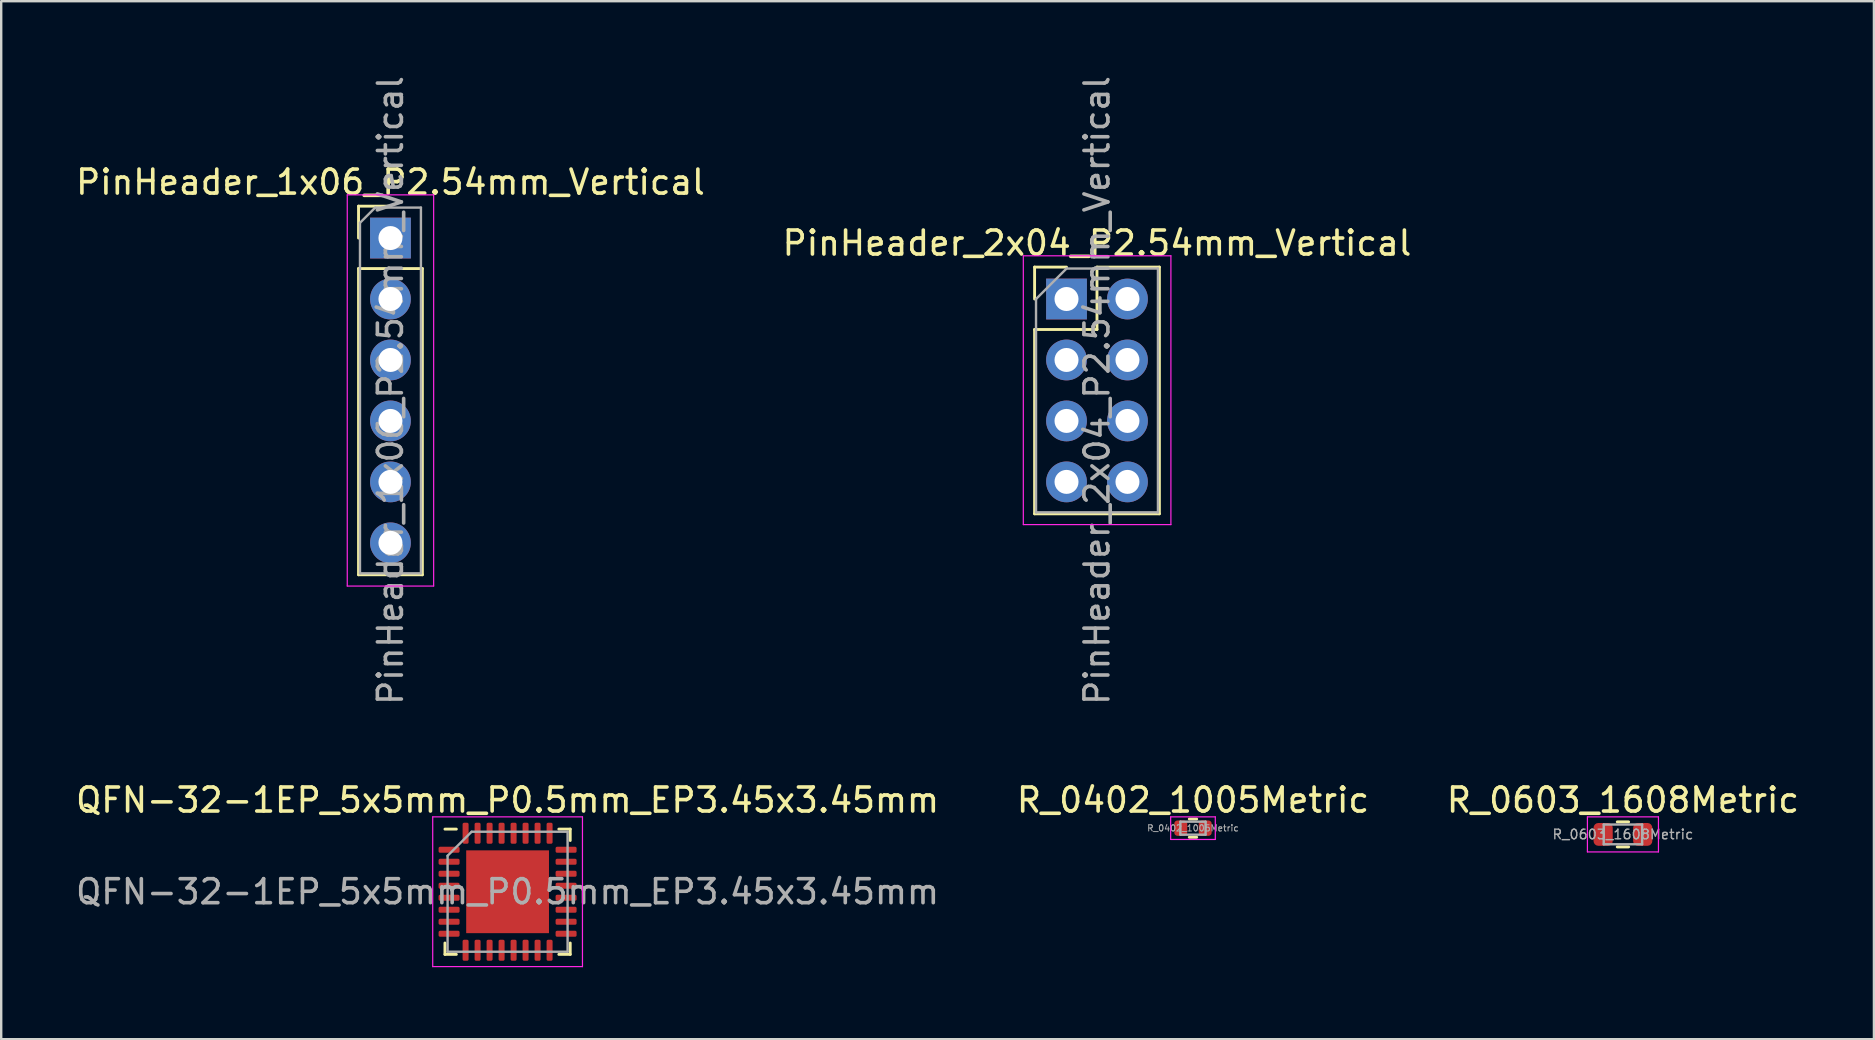
<source format=kicad_pcb>
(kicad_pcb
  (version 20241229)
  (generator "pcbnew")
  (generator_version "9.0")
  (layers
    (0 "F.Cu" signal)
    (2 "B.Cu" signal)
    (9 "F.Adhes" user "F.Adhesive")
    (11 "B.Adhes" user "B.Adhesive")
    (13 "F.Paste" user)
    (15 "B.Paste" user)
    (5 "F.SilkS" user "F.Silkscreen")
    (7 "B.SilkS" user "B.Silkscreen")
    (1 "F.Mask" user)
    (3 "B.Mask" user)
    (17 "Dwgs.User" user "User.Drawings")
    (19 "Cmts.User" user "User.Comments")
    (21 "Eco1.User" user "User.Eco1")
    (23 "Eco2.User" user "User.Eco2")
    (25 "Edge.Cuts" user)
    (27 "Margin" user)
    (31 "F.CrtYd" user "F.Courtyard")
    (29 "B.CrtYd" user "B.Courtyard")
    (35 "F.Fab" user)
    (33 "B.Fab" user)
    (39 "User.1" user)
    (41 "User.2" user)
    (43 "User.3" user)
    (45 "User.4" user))
  (footprint "PinHeader_1x06_P2.54mm_Vertical"
    (layer "F.Cu")
    (at 13.22 6.87)
    (property "Reference" "PinHeader_1x06_P2.54mm_Vertical" (at 0 -2.33 0) (layer "F.SilkS") (effects (font (size 1 1) (thickness 0.15))))
    (attr through_hole)
    (fp_line (start -1.33 -1.33) (end 0 -1.33) (stroke (width 0.12) (type solid)) (layer "F.SilkS"))
    (fp_line (start -1.33 0) (end -1.33 -1.33) (stroke (width 0.12) (type solid)) (layer "F.SilkS"))
    (fp_line (start -1.33 1.27) (end -1.33 14.03) (stroke (width 0.12) (type solid)) (layer "F.SilkS"))
    (fp_line (start -1.33 1.27) (end 1.33 1.27) (stroke (width 0.12) (type solid)) (layer "F.SilkS"))
    (fp_line (start -1.33 14.03) (end 1.33 14.03) (stroke (width 0.12) (type solid)) (layer "F.SilkS"))
    (fp_line (start 1.33 1.27) (end 1.33 14.03) (stroke (width 0.12) (type solid)) (layer "F.SilkS"))
    (fp_line (start -1.8 -1.8) (end -1.8 14.5) (stroke (width 0.05) (type solid)) (layer "F.CrtYd"))
    (fp_line (start -1.8 14.5) (end 1.8 14.5) (stroke (width 0.05) (type solid)) (layer "F.CrtYd"))
    (fp_line (start 1.8 -1.8) (end -1.8 -1.8) (stroke (width 0.05) (type solid)) (layer "F.CrtYd"))
    (fp_line (start 1.8 14.5) (end 1.8 -1.8) (stroke (width 0.05) (type solid)) (layer "F.CrtYd"))
    (fp_line (start -1.27 -0.635) (end -0.635 -1.27) (stroke (width 0.1) (type solid)) (layer "F.Fab"))
    (fp_line (start -1.27 13.97) (end -1.27 -0.635) (stroke (width 0.1) (type solid)) (layer "F.Fab"))
    (fp_line (start -0.635 -1.27) (end 1.27 -1.27) (stroke (width 0.1) (type solid)) (layer "F.Fab"))
    (fp_line (start 1.27 -1.27) (end 1.27 13.97) (stroke (width 0.1) (type solid)) (layer "F.Fab"))
    (fp_line (start 1.27 13.97) (end -1.27 13.97) (stroke (width 0.1) (type solid)) (layer "F.Fab"))
    (fp_text user "${REFERENCE}" (at 0 6.35 270) (layer "F.Fab") (effects (font (size 1 1) (thickness 0.15))))
    (pad "1" thru_hole rect (at 0 0) (size 1.7 1.7) (drill 1) (layers "*.Cu" "*.Mask"))
    (pad "2" thru_hole oval (at 0 2.54) (size 1.7 1.7) (drill 1) (layers "*.Cu" "*.Mask"))
    (pad "3" thru_hole oval (at 0 5.08) (size 1.7 1.7) (drill 1) (layers "*.Cu" "*.Mask"))
    (pad "4" thru_hole oval (at 0 7.62) (size 1.7 1.7) (drill 1) (layers "*.Cu" "*.Mask"))
    (pad "5" thru_hole oval (at 0 10.16) (size 1.7 1.7) (drill 1) (layers "*.Cu" "*.Mask"))
    (pad "6" thru_hole oval (at 0 12.7) (size 1.7 1.7) (drill 1) (layers "*.Cu" "*.Mask")))
  (footprint "R_0402_1005Metric"
    (layer "F.Cu")
    (at 46.661 31.459)
    (property "Reference" "R_0402_1005Metric" (at 0 -1.17 0) (layer "F.SilkS") (effects (font (size 1 1) (thickness 0.15))))
    (attr smd)
    (fp_line (start -0.154 -0.38) (end 0.154 -0.38) (stroke (width 0.12) (type solid)) (layer "F.SilkS"))
    (fp_line (start -0.154 0.38) (end 0.154 0.38) (stroke (width 0.12) (type solid)) (layer "F.SilkS"))
    (fp_line (start -0.93 -0.47) (end 0.93 -0.47) (stroke (width 0.05) (type solid)) (layer "F.CrtYd"))
    (fp_line (start -0.93 0.47) (end -0.93 -0.47) (stroke (width 0.05) (type solid)) (layer "F.CrtYd"))
    (fp_line (start 0.93 -0.47) (end 0.93 0.47) (stroke (width 0.05) (type solid)) (layer "F.CrtYd"))
    (fp_line (start 0.93 0.47) (end -0.93 0.47) (stroke (width 0.05) (type solid)) (layer "F.CrtYd"))
    (fp_line (start -0.525 -0.27) (end 0.525 -0.27) (stroke (width 0.1) (type solid)) (layer "F.Fab"))
    (fp_line (start -0.525 0.27) (end -0.525 -0.27) (stroke (width 0.1) (type solid)) (layer "F.Fab"))
    (fp_line (start 0.525 -0.27) (end 0.525 0.27) (stroke (width 0.1) (type solid)) (layer "F.Fab"))
    (fp_line (start 0.525 0.27) (end -0.525 0.27) (stroke (width 0.1) (type solid)) (layer "F.Fab"))
    (fp_text user "${REFERENCE}" (at 0 0 0) (layer "F.Fab") (effects (font (size 0.26 0.26) (thickness 0.04))))
    (pad "1" smd roundrect (at -0.51 0) (size 0.54 0.64) (layers "F.Cu" "F.Mask" "F.Paste") (roundrect_rratio 0.25))
    (pad "2" smd roundrect (at 0.51 0) (size 0.54 0.64) (layers "F.Cu" "F.Mask" "F.Paste") (roundrect_rratio 0.25)))
  (footprint "PinHeader_2x04_P2.54mm_Vertical"
    (layer "F.Cu")
    (at 41.391 9.41)
    (property "Reference" "PinHeader_2x04_P2.54mm_Vertical" (at 1.27 -2.33 180) (layer "F.SilkS") (effects (font (size 1 1) (thickness 0.15))))
    (attr through_hole)
    (fp_line (start -1.33 -1.33) (end 0 -1.33) (stroke (width 0.12) (type solid)) (layer "F.SilkS"))
    (fp_line (start -1.33 0) (end -1.33 -1.33) (stroke (width 0.12) (type solid)) (layer "F.SilkS"))
    (fp_line (start -1.33 1.27) (end -1.33 8.95) (stroke (width 0.12) (type solid)) (layer "F.SilkS"))
    (fp_line (start -1.33 1.27) (end 1.27 1.27) (stroke (width 0.12) (type solid)) (layer "F.SilkS"))
    (fp_line (start -1.33 8.95) (end 3.87 8.95) (stroke (width 0.12) (type solid)) (layer "F.SilkS"))
    (fp_line (start 1.27 -1.33) (end 3.87 -1.33) (stroke (width 0.12) (type solid)) (layer "F.SilkS"))
    (fp_line (start 1.27 1.27) (end 1.27 -1.33) (stroke (width 0.12) (type solid)) (layer "F.SilkS"))
    (fp_line (start 3.87 -1.33) (end 3.87 8.95) (stroke (width 0.12) (type solid)) (layer "F.SilkS"))
    (fp_line (start -1.8 -1.8) (end -1.8 9.4) (stroke (width 0.05) (type solid)) (layer "F.CrtYd"))
    (fp_line (start -1.8 9.4) (end 4.35 9.4) (stroke (width 0.05) (type solid)) (layer "F.CrtYd"))
    (fp_line (start 4.35 -1.8) (end -1.8 -1.8) (stroke (width 0.05) (type solid)) (layer "F.CrtYd"))
    (fp_line (start 4.35 9.4) (end 4.35 -1.8) (stroke (width 0.05) (type solid)) (layer "F.CrtYd"))
    (fp_line (start -1.27 0) (end 0 -1.27) (stroke (width 0.1) (type solid)) (layer "F.Fab"))
    (fp_line (start -1.27 8.89) (end -1.27 0) (stroke (width 0.1) (type solid)) (layer "F.Fab"))
    (fp_line (start 0 -1.27) (end 3.81 -1.27) (stroke (width 0.1) (type solid)) (layer "F.Fab"))
    (fp_line (start 3.81 -1.27) (end 3.81 8.89) (stroke (width 0.1) (type solid)) (layer "F.Fab"))
    (fp_line (start 3.81 8.89) (end -1.27 8.89) (stroke (width 0.1) (type solid)) (layer "F.Fab"))
    (fp_text user "${REFERENCE}" (at 1.27 3.81 90) (layer "F.Fab") (effects (font (size 1 1) (thickness 0.15))))
    (pad "1" thru_hole rect (at 0 0) (size 1.7 1.7) (drill 1) (layers "*.Cu" "*.Mask"))
    (pad "2" thru_hole oval (at 2.54 0) (size 1.7 1.7) (drill 1) (layers "*.Cu" "*.Mask"))
    (pad "3" thru_hole oval (at 0 2.54) (size 1.7 1.7) (drill 1) (layers "*.Cu" "*.Mask"))
    (pad "4" thru_hole oval (at 2.54 2.54) (size 1.7 1.7) (drill 1) (layers "*.Cu" "*.Mask"))
    (pad "5" thru_hole oval (at 0 5.08) (size 1.7 1.7) (drill 1) (layers "*.Cu" "*.Mask"))
    (pad "6" thru_hole oval (at 2.54 5.08) (size 1.7 1.7) (drill 1) (layers "*.Cu" "*.Mask"))
    (pad "7" thru_hole oval (at 0 7.62) (size 1.7 1.7) (drill 1) (layers "*.Cu" "*.Mask"))
    (pad "8" thru_hole oval (at 2.54 7.62) (size 1.7 1.7) (drill 1) (layers "*.Cu" "*.Mask")))
  (footprint "R_0603_1608Metric"
    (layer "F.Cu")
    (at 64.577 31.719)
    (property "Reference" "R_0603_1608Metric" (at 0 -1.43 0) (layer "F.SilkS") (effects (font (size 1 1) (thickness 0.15))))
    (attr smd)
    (fp_line (start -0.237 -0.522) (end 0.237 -0.522) (stroke (width 0.12) (type solid)) (layer "F.SilkS"))
    (fp_line (start -0.237 0.522) (end 0.237 0.522) (stroke (width 0.12) (type solid)) (layer "F.SilkS"))
    (fp_line (start -1.48 -0.73) (end 1.48 -0.73) (stroke (width 0.05) (type solid)) (layer "F.CrtYd"))
    (fp_line (start -1.48 0.73) (end -1.48 -0.73) (stroke (width 0.05) (type solid)) (layer "F.CrtYd"))
    (fp_line (start 1.48 -0.73) (end 1.48 0.73) (stroke (width 0.05) (type solid)) (layer "F.CrtYd"))
    (fp_line (start 1.48 0.73) (end -1.48 0.73) (stroke (width 0.05) (type solid)) (layer "F.CrtYd"))
    (fp_line (start -0.8 -0.412) (end 0.8 -0.412) (stroke (width 0.1) (type solid)) (layer "F.Fab"))
    (fp_line (start -0.8 0.412) (end -0.8 -0.412) (stroke (width 0.1) (type solid)) (layer "F.Fab"))
    (fp_line (start 0.8 -0.412) (end 0.8 0.412) (stroke (width 0.1) (type solid)) (layer "F.Fab"))
    (fp_line (start 0.8 0.412) (end -0.8 0.412) (stroke (width 0.1) (type solid)) (layer "F.Fab"))
    (fp_text user "${REFERENCE}" (at 0 0 0) (layer "F.Fab") (effects (font (size 0.4 0.4) (thickness 0.06))))
    (pad "1" smd roundrect (at -0.825 0) (size 0.8 0.95) (layers "F.Cu" "F.Mask" "F.Paste") (roundrect_rratio 0.25))
    (pad "2" smd roundrect (at 0.825 0) (size 0.8 0.95) (layers "F.Cu" "F.Mask" "F.Paste") (roundrect_rratio 0.25)))
  (footprint "QFN-32-1EP_5x5mm_P0.5mm_EP3.45x3.45mm"
    (layer "F.Cu")
    (at 18.101 34.109)
    (property "Reference" "QFN-32-1EP_5x5mm_P0.5mm_EP3.45x3.45mm" (at 0 -3.82 0) (layer "F.SilkS") (effects (font (size 1 1) (thickness 0.15))))
    (attr smd)
    (fp_line (start -2.61 2.61) (end -2.61 2.135) (stroke (width 0.12) (type solid)) (layer "F.SilkS"))
    (fp_line (start -2.135 -2.61) (end -2.61 -2.61) (stroke (width 0.12) (type solid)) (layer "F.SilkS"))
    (fp_line (start -2.135 2.61) (end -2.61 2.61) (stroke (width 0.12) (type solid)) (layer "F.SilkS"))
    (fp_line (start 2.135 -2.61) (end 2.61 -2.61) (stroke (width 0.12) (type solid)) (layer "F.SilkS"))
    (fp_line (start 2.135 2.61) (end 2.61 2.61) (stroke (width 0.12) (type solid)) (layer "F.SilkS"))
    (fp_line (start 2.61 -2.61) (end 2.61 -2.135) (stroke (width 0.12) (type solid)) (layer "F.SilkS"))
    (fp_line (start 2.61 2.61) (end 2.61 2.135) (stroke (width 0.12) (type solid)) (layer "F.SilkS"))
    (fp_line (start -3.12 -3.12) (end -3.12 3.12) (stroke (width 0.05) (type solid)) (layer "F.CrtYd"))
    (fp_line (start -3.12 3.12) (end 3.12 3.12) (stroke (width 0.05) (type solid)) (layer "F.CrtYd"))
    (fp_line (start 3.12 -3.12) (end -3.12 -3.12) (stroke (width 0.05) (type solid)) (layer "F.CrtYd"))
    (fp_line (start 3.12 3.12) (end 3.12 -3.12) (stroke (width 0.05) (type solid)) (layer "F.CrtYd"))
    (fp_line (start -2.5 -1.5) (end -1.5 -2.5) (stroke (width 0.1) (type solid)) (layer "F.Fab"))
    (fp_line (start -2.5 2.5) (end -2.5 -1.5) (stroke (width 0.1) (type solid)) (layer "F.Fab"))
    (fp_line (start -1.5 -2.5) (end 2.5 -2.5) (stroke (width 0.1) (type solid)) (layer "F.Fab"))
    (fp_line (start 2.5 -2.5) (end 2.5 2.5) (stroke (width 0.1) (type solid)) (layer "F.Fab"))
    (fp_line (start 2.5 2.5) (end -2.5 2.5) (stroke (width 0.1) (type solid)) (layer "F.Fab"))
    (fp_text user "${REFERENCE}" (at 0 0 0) (layer "F.Fab") (effects (font (size 1 1) (thickness 0.15))))
    (pad "" smd roundrect (at -1.15 -1.15) (size 0.93 0.93) (layers "F.Paste") (roundrect_rratio 0.25))
    (pad "" smd roundrect (at -1.15 0) (size 0.93 0.93) (layers "F.Paste") (roundrect_rratio 0.25))
    (pad "" smd roundrect (at -1.15 1.15) (size 0.93 0.93) (layers "F.Paste") (roundrect_rratio 0.25))
    (pad "" smd roundrect (at 0 -1.15) (size 0.93 0.93) (layers "F.Paste") (roundrect_rratio 0.25))
    (pad "" smd roundrect (at 0 0) (size 0.93 0.93) (layers "F.Paste") (roundrect_rratio 0.25))
    (pad "" smd roundrect (at 0 1.15) (size 0.93 0.93) (layers "F.Paste") (roundrect_rratio 0.25))
    (pad "" smd roundrect (at 1.15 -1.15) (size 0.93 0.93) (layers "F.Paste") (roundrect_rratio 0.25))
    (pad "" smd roundrect (at 1.15 0) (size 0.93 0.93) (layers "F.Paste") (roundrect_rratio 0.25))
    (pad "" smd roundrect (at 1.15 1.15) (size 0.93 0.93) (layers "F.Paste") (roundrect_rratio 0.25))
    (pad "1" smd roundrect (at -2.438 -1.75) (size 0.875 0.25) (layers "F.Cu" "F.Mask" "F.Paste") (roundrect_rratio 0.25))
    (pad "2" smd roundrect (at -2.438 -1.25) (size 0.875 0.25) (layers "F.Cu" "F.Mask" "F.Paste") (roundrect_rratio 0.25))
    (pad "3" smd roundrect (at -2.438 -0.75) (size 0.875 0.25) (layers "F.Cu" "F.Mask" "F.Paste") (roundrect_rratio 0.25))
    (pad "4" smd roundrect (at -2.438 -0.25) (size 0.875 0.25) (layers "F.Cu" "F.Mask" "F.Paste") (roundrect_rratio 0.25))
    (pad "5" smd roundrect (at -2.438 0.25) (size 0.875 0.25) (layers "F.Cu" "F.Mask" "F.Paste") (roundrect_rratio 0.25))
    (pad "6" smd roundrect (at -2.438 0.75) (size 0.875 0.25) (layers "F.Cu" "F.Mask" "F.Paste") (roundrect_rratio 0.25))
    (pad "7" smd roundrect (at -2.438 1.25) (size 0.875 0.25) (layers "F.Cu" "F.Mask" "F.Paste") (roundrect_rratio 0.25))
    (pad "8" smd roundrect (at -2.438 1.75) (size 0.875 0.25) (layers "F.Cu" "F.Mask" "F.Paste") (roundrect_rratio 0.25))
    (pad "9" smd roundrect (at -1.75 2.438) (size 0.25 0.875) (layers "F.Cu" "F.Mask" "F.Paste") (roundrect_rratio 0.25))
    (pad "10" smd roundrect (at -1.25 2.438) (size 0.25 0.875) (layers "F.Cu" "F.Mask" "F.Paste") (roundrect_rratio 0.25))
    (pad "11" smd roundrect (at -0.75 2.438) (size 0.25 0.875) (layers "F.Cu" "F.Mask" "F.Paste") (roundrect_rratio 0.25))
    (pad "12" smd roundrect (at -0.25 2.438) (size 0.25 0.875) (layers "F.Cu" "F.Mask" "F.Paste") (roundrect_rratio 0.25))
    (pad "13" smd roundrect (at 0.25 2.438) (size 0.25 0.875) (layers "F.Cu" "F.Mask" "F.Paste") (roundrect_rratio 0.25))
    (pad "14" smd roundrect (at 0.75 2.438) (size 0.25 0.875) (layers "F.Cu" "F.Mask" "F.Paste") (roundrect_rratio 0.25))
    (pad "15" smd roundrect (at 1.25 2.438) (size 0.25 0.875) (layers "F.Cu" "F.Mask" "F.Paste") (roundrect_rratio 0.25))
    (pad "16" smd roundrect (at 1.75 2.438) (size 0.25 0.875) (layers "F.Cu" "F.Mask" "F.Paste") (roundrect_rratio 0.25))
    (pad "17" smd roundrect (at 2.438 1.75) (size 0.875 0.25) (layers "F.Cu" "F.Mask" "F.Paste") (roundrect_rratio 0.25))
    (pad "18" smd roundrect (at 2.438 1.25) (size 0.875 0.25) (layers "F.Cu" "F.Mask" "F.Paste") (roundrect_rratio 0.25))
    (pad "19" smd roundrect (at 2.438 0.75) (size 0.875 0.25) (layers "F.Cu" "F.Mask" "F.Paste") (roundrect_rratio 0.25))
    (pad "20" smd roundrect (at 2.438 0.25) (size 0.875 0.25) (layers "F.Cu" "F.Mask" "F.Paste") (roundrect_rratio 0.25))
    (pad "21" smd roundrect (at 2.438 -0.25) (size 0.875 0.25) (layers "F.Cu" "F.Mask" "F.Paste") (roundrect_rratio 0.25))
    (pad "22" smd roundrect (at 2.438 -0.75) (size 0.875 0.25) (layers "F.Cu" "F.Mask" "F.Paste") (roundrect_rratio 0.25))
    (pad "23" smd roundrect (at 2.438 -1.25) (size 0.875 0.25) (layers "F.Cu" "F.Mask" "F.Paste") (roundrect_rratio 0.25))
    (pad "24" smd roundrect (at 2.438 -1.75) (size 0.875 0.25) (layers "F.Cu" "F.Mask" "F.Paste") (roundrect_rratio 0.25))
    (pad "25" smd roundrect (at 1.75 -2.438) (size 0.25 0.875) (layers "F.Cu" "F.Mask" "F.Paste") (roundrect_rratio 0.25))
    (pad "26" smd roundrect (at 1.25 -2.438) (size 0.25 0.875) (layers "F.Cu" "F.Mask" "F.Paste") (roundrect_rratio 0.25))
    (pad "27" smd roundrect (at 0.75 -2.438) (size 0.25 0.875) (layers "F.Cu" "F.Mask" "F.Paste") (roundrect_rratio 0.25))
    (pad "28" smd roundrect (at 0.25 -2.438) (size 0.25 0.875) (layers "F.Cu" "F.Mask" "F.Paste") (roundrect_rratio 0.25))
    (pad "29" smd roundrect (at -0.25 -2.438) (size 0.25 0.875) (layers "F.Cu" "F.Mask" "F.Paste") (roundrect_rratio 0.25))
    (pad "30" smd roundrect (at -0.75 -2.438) (size 0.25 0.875) (layers "F.Cu" "F.Mask" "F.Paste") (roundrect_rratio 0.25))
    (pad "31" smd roundrect (at -1.25 -2.438) (size 0.25 0.875) (layers "F.Cu" "F.Mask" "F.Paste") (roundrect_rratio 0.25))
    (pad "32" smd roundrect (at -1.75 -2.438) (size 0.25 0.875) (layers "F.Cu" "F.Mask" "F.Paste") (roundrect_rratio 0.25))
    (pad "33" smd rect (at 0 0) (size 3.45 3.45) (layers "F.Cu" "F.Mask")))
  (gr_rect
    (start -3 -3)
    (end 75.036 40.254)
    (stroke (width 0.1) (type default))
    (fill no)
    (layer "Edge.Cuts")))
</source>
